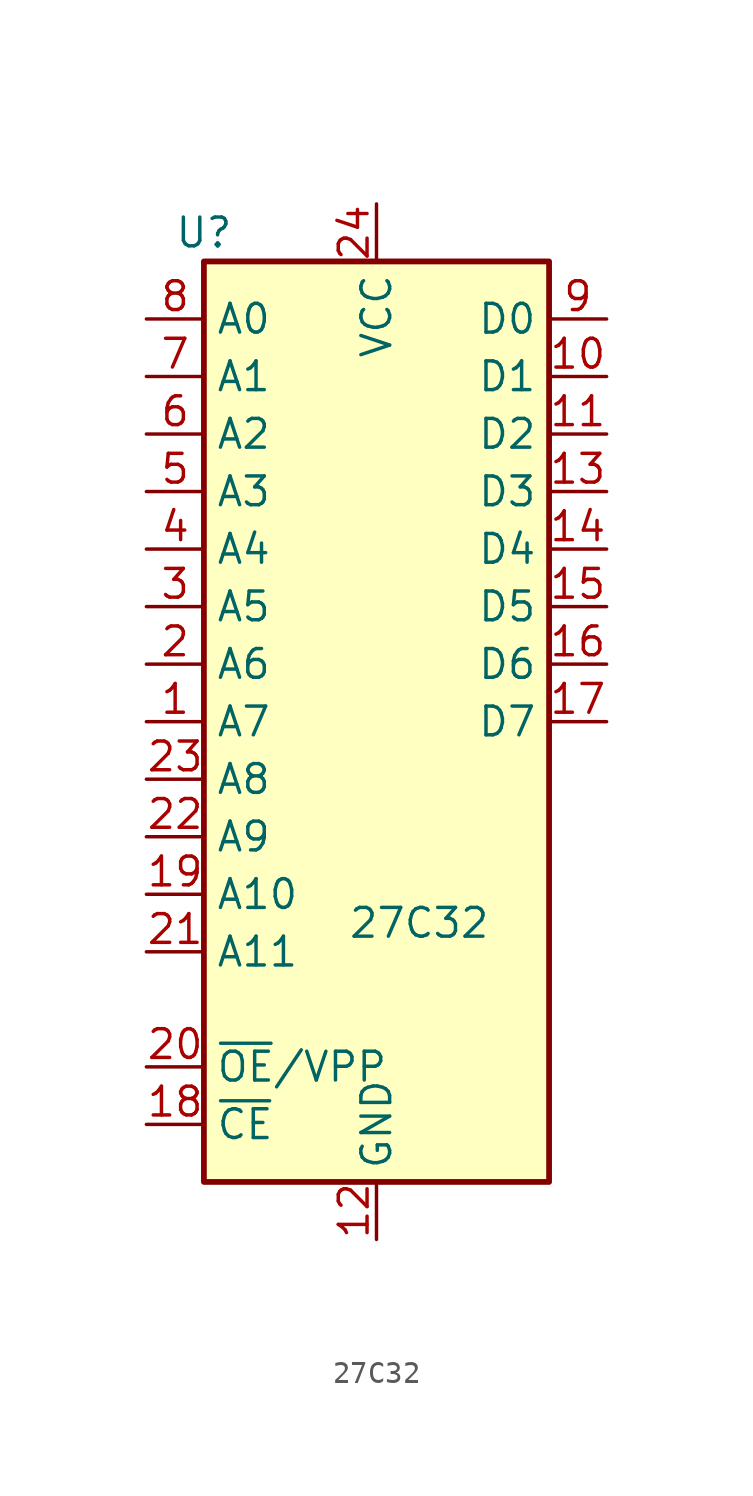
<source format=kicad_sym>
(kicad_symbol_lib
  (version 20220914)
  (generator kicad_symbol_editor)
  (symbol "27C32"
    (property "Reference" "U"
      (at -7.62 24.13 0)
      (effects (font (size 1.27 1.27))))
    (property "Value" "27C32"
      (at -1.27 -6.35 0)
      (effects (font (size 1.27 1.27)) (justify left)))
    (symbol "27C32_1_1"
      (rectangle (start -7.62 22.86) (end 7.62 -17.78) (stroke (width 0.254) (type default)) (fill (type background)))
      (pin input line (at -10.16 2.54 0) (length 2.54) (name "A7" (effects (font (size 1.27 1.27)))) (number "1" (effects (font (size 1.27 1.27)))))
      (pin tri_state line (at 10.16 17.78 180) (length 2.54) (name "D1" (effects (font (size 1.27 1.27)))) (number "10" (effects (font (size 1.27 1.27)))))
      (pin tri_state line (at 10.16 15.24 180) (length 2.54) (name "D2" (effects (font (size 1.27 1.27)))) (number "11" (effects (font (size 1.27 1.27)))))
      (pin power_in line (at 0 -20.32 90) (length 2.54) (name "GND" (effects (font (size 1.27 1.27)))) (number "12" (effects (font (size 1.27 1.27)))))
      (pin tri_state line (at 10.16 12.7 180) (length 2.54) (name "D3" (effects (font (size 1.27 1.27)))) (number "13" (effects (font (size 1.27 1.27)))))
      (pin tri_state line (at 10.16 10.16 180) (length 2.54) (name "D4" (effects (font (size 1.27 1.27)))) (number "14" (effects (font (size 1.27 1.27)))))
      (pin tri_state line (at 10.16 7.62 180) (length 2.54) (name "D5" (effects (font (size 1.27 1.27)))) (number "15" (effects (font (size 1.27 1.27)))))
      (pin tri_state line (at 10.16 5.08 180) (length 2.54) (name "D6" (effects (font (size 1.27 1.27)))) (number "16" (effects (font (size 1.27 1.27)))))
      (pin tri_state line (at 10.16 2.54 180) (length 2.54) (name "D7" (effects (font (size 1.27 1.27)))) (number "17" (effects (font (size 1.27 1.27)))))
      (pin input line (at -10.16 -15.24 0) (length 2.54) (name "~{CE}" (effects (font (size 1.27 1.27)))) (number "18" (effects (font (size 1.27 1.27)))))
      (pin input line (at -10.16 -5.08 0) (length 2.54) (name "A10" (effects (font (size 1.27 1.27)))) (number "19" (effects (font (size 1.27 1.27)))))
      (pin input line (at -10.16 5.08 0) (length 2.54) (name "A6" (effects (font (size 1.27 1.27)))) (number "2" (effects (font (size 1.27 1.27)))))
      (pin input line (at -10.16 -12.7 0) (length 2.54) (name "~{OE}/VPP" (effects (font (size 1.27 1.27)))) (number "20" (effects (font (size 1.27 1.27)))))
      (pin input line (at -10.16 -7.62 0) (length 2.54) (name "A11" (effects (font (size 1.27 1.27)))) (number "21" (effects (font (size 1.27 1.27)))))
      (pin input line (at -10.16 -2.54 0) (length 2.54) (name "A9" (effects (font (size 1.27 1.27)))) (number "22" (effects (font (size 1.27 1.27)))))
      (pin input line (at -10.16 0 0) (length 2.54) (name "A8" (effects (font (size 1.27 1.27)))) (number "23" (effects (font (size 1.27 1.27)))))
      (pin power_in line (at 0 25.4 270) (length 2.54) (name "VCC" (effects (font (size 1.27 1.27)))) (number "24" (effects (font (size 1.27 1.27)))))
      (pin input line (at -10.16 7.62 0) (length 2.54) (name "A5" (effects (font (size 1.27 1.27)))) (number "3" (effects (font (size 1.27 1.27)))))
      (pin input line (at -10.16 10.16 0) (length 2.54) (name "A4" (effects (font (size 1.27 1.27)))) (number "4" (effects (font (size 1.27 1.27)))))
      (pin input line (at -10.16 12.7 0) (length 2.54) (name "A3" (effects (font (size 1.27 1.27)))) (number "5" (effects (font (size 1.27 1.27)))))
      (pin input line (at -10.16 15.24 0) (length 2.54) (name "A2" (effects (font (size 1.27 1.27)))) (number "6" (effects (font (size 1.27 1.27)))))
      (pin input line (at -10.16 17.78 0) (length 2.54) (name "A1" (effects (font (size 1.27 1.27)))) (number "7" (effects (font (size 1.27 1.27)))))
      (pin input line (at -10.16 20.32 0) (length 2.54) (name "A0" (effects (font (size 1.27 1.27)))) (number "8" (effects (font (size 1.27 1.27)))))
      (pin tri_state line (at 10.16 20.32 180) (length 2.54) (name "D0" (effects (font (size 1.27 1.27)))) (number "9" (effects (font (size 1.27 1.27))))))))
</source>
